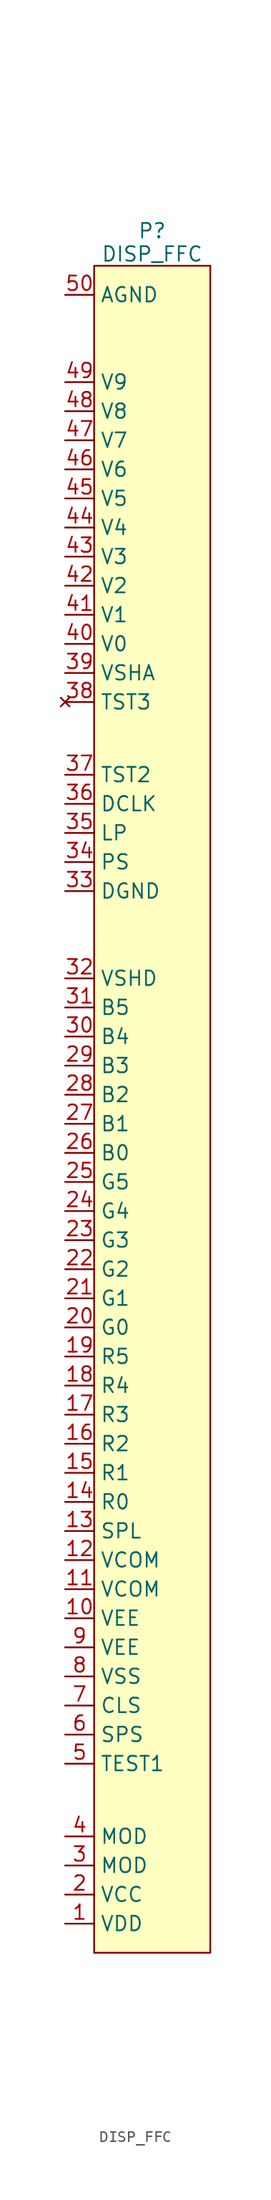
<source format=kicad_sym>
(kicad_symbol_lib
  (version 20241209)
  (generator "kicad_symbol_editor")
  (generator_version "9.0")
  (symbol "DISP_FFC"
    (property "Reference" "P"
      (at 0 43.688 0)
      (effects (font (size 1.27 1.27))))
    (property "Value" "DISP_FFC"
      (at 0 41.656 0)
      (effects (font (size 1.27 1.27))))
    (symbol "DISP_FFC_1_1"
      (rectangle (start -5.08 40.64) (end 5.08 -106.68) (stroke (width 0) (type solid)) (fill (type background)))
      (pin power_out line (at -7.62 38.1 0) (length 2.54) (name "AGND" (effects (font (size 1.27 1.27)))) (number "50" (effects (font (size 1.27 1.27)))))
      (pin power_in line (at -7.62 30.48 0) (length 2.54) (name "V9" (effects (font (size 1.27 1.27)))) (number "49" (effects (font (size 1.27 1.27)))))
      (pin power_in line (at -7.62 27.94 0) (length 2.54) (name "V8" (effects (font (size 1.27 1.27)))) (number "48" (effects (font (size 1.27 1.27)))))
      (pin power_in line (at -7.62 25.4 0) (length 2.54) (name "V7" (effects (font (size 1.27 1.27)))) (number "47" (effects (font (size 1.27 1.27)))))
      (pin power_in line (at -7.62 22.86 0) (length 2.54) (name "V6" (effects (font (size 1.27 1.27)))) (number "46" (effects (font (size 1.27 1.27)))))
      (pin power_in line (at -7.62 20.32 0) (length 2.54) (name "V5" (effects (font (size 1.27 1.27)))) (number "45" (effects (font (size 1.27 1.27)))))
      (pin power_in line (at -7.62 17.78 0) (length 2.54) (name "V4" (effects (font (size 1.27 1.27)))) (number "44" (effects (font (size 1.27 1.27)))))
      (pin power_in line (at -7.62 15.24 0) (length 2.54) (name "V3" (effects (font (size 1.27 1.27)))) (number "43" (effects (font (size 1.27 1.27)))))
      (pin power_in line (at -7.62 12.7 0) (length 2.54) (name "V2" (effects (font (size 1.27 1.27)))) (number "42" (effects (font (size 1.27 1.27)))))
      (pin power_in line (at -7.62 10.16 0) (length 2.54) (name "V1" (effects (font (size 1.27 1.27)))) (number "41" (effects (font (size 1.27 1.27)))))
      (pin power_in line (at -7.62 7.62 0) (length 2.54) (name "V0" (effects (font (size 1.27 1.27)))) (number "40" (effects (font (size 1.27 1.27)))))
      (pin power_in line (at -7.62 5.08 0) (length 2.54) (name "VSHA" (effects (font (size 1.27 1.27)))) (number "39" (effects (font (size 1.27 1.27)))))
      (pin no_connect line (at -7.62 2.54 0) (length 2.54) (name "TST3" (effects (font (size 1.27 1.27)))) (number "38" (effects (font (size 1.27 1.27)))))
      (pin input line (at -7.62 -3.81 0) (length 2.54) (name "TST2" (effects (font (size 1.27 1.27)))) (number "37" (effects (font (size 1.27 1.27)))))
      (pin input line (at -7.62 -6.35 0) (length 2.54) (name "DCLK" (effects (font (size 1.27 1.27)))) (number "36" (effects (font (size 1.27 1.27)))))
      (pin input line (at -7.62 -8.89 0) (length 2.54) (name "LP" (effects (font (size 1.27 1.27)))) (number "35" (effects (font (size 1.27 1.27)))))
      (pin input line (at -7.62 -11.43 0) (length 2.54) (name "PS" (effects (font (size 1.27 1.27)))) (number "34" (effects (font (size 1.27 1.27)))))
      (pin power_in line (at -7.62 -13.97 0) (length 2.54) (name "DGND" (effects (font (size 1.27 1.27)))) (number "33" (effects (font (size 1.27 1.27)))))
      (pin power_in line (at -7.62 -21.59 0) (length 2.54) (name "VSHD" (effects (font (size 1.27 1.27)))) (number "32" (effects (font (size 1.27 1.27)))))
      (pin input line (at -7.62 -24.13 0) (length 2.54) (name "B5" (effects (font (size 1.27 1.27)))) (number "31" (effects (font (size 1.27 1.27)))))
      (pin input line (at -7.62 -26.67 0) (length 2.54) (name "B4" (effects (font (size 1.27 1.27)))) (number "30" (effects (font (size 1.27 1.27)))))
      (pin input line (at -7.62 -29.21 0) (length 2.54) (name "B3" (effects (font (size 1.27 1.27)))) (number "29" (effects (font (size 1.27 1.27)))))
      (pin input line (at -7.62 -31.75 0) (length 2.54) (name "B2" (effects (font (size 1.27 1.27)))) (number "28" (effects (font (size 1.27 1.27)))))
      (pin input line (at -7.62 -34.29 0) (length 2.54) (name "B1" (effects (font (size 1.27 1.27)))) (number "27" (effects (font (size 1.27 1.27)))))
      (pin input line (at -7.62 -36.83 0) (length 2.54) (name "B0" (effects (font (size 1.27 1.27)))) (number "26" (effects (font (size 1.27 1.27)))))
      (pin input line (at -7.62 -39.37 0) (length 2.54) (name "G5" (effects (font (size 1.27 1.27)))) (number "25" (effects (font (size 1.27 1.27)))))
      (pin input line (at -7.62 -41.91 0) (length 2.54) (name "G4" (effects (font (size 1.27 1.27)))) (number "24" (effects (font (size 1.27 1.27)))))
      (pin input line (at -7.62 -44.45 0) (length 2.54) (name "G3" (effects (font (size 1.27 1.27)))) (number "23" (effects (font (size 1.27 1.27)))))
      (pin input line (at -7.62 -46.99 0) (length 2.54) (name "G2" (effects (font (size 1.27 1.27)))) (number "22" (effects (font (size 1.27 1.27)))))
      (pin input line (at -7.62 -49.53 0) (length 2.54) (name "G1" (effects (font (size 1.27 1.27)))) (number "21" (effects (font (size 1.27 1.27)))))
      (pin input line (at -7.62 -52.07 0) (length 2.54) (name "G0" (effects (font (size 1.27 1.27)))) (number "20" (effects (font (size 1.27 1.27)))))
      (pin input line (at -7.62 -54.61 0) (length 2.54) (name "R5" (effects (font (size 1.27 1.27)))) (number "19" (effects (font (size 1.27 1.27)))))
      (pin input line (at -7.62 -57.15 0) (length 2.54) (name "R4" (effects (font (size 1.27 1.27)))) (number "18" (effects (font (size 1.27 1.27)))))
      (pin input line (at -7.62 -59.69 0) (length 2.54) (name "R3" (effects (font (size 1.27 1.27)))) (number "17" (effects (font (size 1.27 1.27)))))
      (pin input line (at -7.62 -62.23 0) (length 2.54) (name "R2" (effects (font (size 1.27 1.27)))) (number "16" (effects (font (size 1.27 1.27)))))
      (pin input line (at -7.62 -64.77 0) (length 2.54) (name "R1" (effects (font (size 1.27 1.27)))) (number "15" (effects (font (size 1.27 1.27)))))
      (pin input line (at -7.62 -67.31 0) (length 2.54) (name "R0" (effects (font (size 1.27 1.27)))) (number "14" (effects (font (size 1.27 1.27)))))
      (pin input line (at -7.62 -69.85 0) (length 2.54) (name "SPL" (effects (font (size 1.27 1.27)))) (number "13" (effects (font (size 1.27 1.27)))))
      (pin power_in line (at -7.62 -72.39 0) (length 2.54) (name "VCOM" (effects (font (size 1.27 1.27)))) (number "12" (effects (font (size 1.27 1.27)))))
      (pin power_in line (at -7.62 -74.93 0) (length 2.54) (name "VCOM" (effects (font (size 1.27 1.27)))) (number "11" (effects (font (size 1.27 1.27)))))
      (pin power_in line (at -7.62 -77.47 0) (length 2.54) (name "VEE" (effects (font (size 1.27 1.27)))) (number "10" (effects (font (size 1.27 1.27)))))
      (pin power_in line (at -7.62 -80.01 0) (length 2.54) (name "VEE" (effects (font (size 1.27 1.27)))) (number "9" (effects (font (size 1.27 1.27)))))
      (pin power_in line (at -7.62 -82.55 0) (length 2.54) (name "VSS" (effects (font (size 1.27 1.27)))) (number "8" (effects (font (size 1.27 1.27)))))
      (pin input line (at -7.62 -85.09 0) (length 2.54) (name "CLS" (effects (font (size 1.27 1.27)))) (number "7" (effects (font (size 1.27 1.27)))))
      (pin input line (at -7.62 -87.63 0) (length 2.54) (name "SPS" (effects (font (size 1.27 1.27)))) (number "6" (effects (font (size 1.27 1.27)))))
      (pin input line (at -7.62 -90.17 0) (length 2.54) (name "TEST1" (effects (font (size 1.27 1.27)))) (number "5" (effects (font (size 1.27 1.27)))))
      (pin input line (at -7.62 -96.52 0) (length 2.54) (name "MOD" (effects (font (size 1.27 1.27)))) (number "4" (effects (font (size 1.27 1.27)))))
      (pin input line (at -7.62 -99.06 0) (length 2.54) (name "MOD" (effects (font (size 1.27 1.27)))) (number "3" (effects (font (size 1.27 1.27)))))
      (pin power_in line (at -7.62 -101.6 0) (length 2.54) (name "VCC" (effects (font (size 1.27 1.27)))) (number "2" (effects (font (size 1.27 1.27)))))
      (pin power_in line (at -7.62 -104.14 0) (length 2.54) (name "VDD" (effects (font (size 1.27 1.27)))) (number "1" (effects (font (size 1.27 1.27))))))))
</source>
